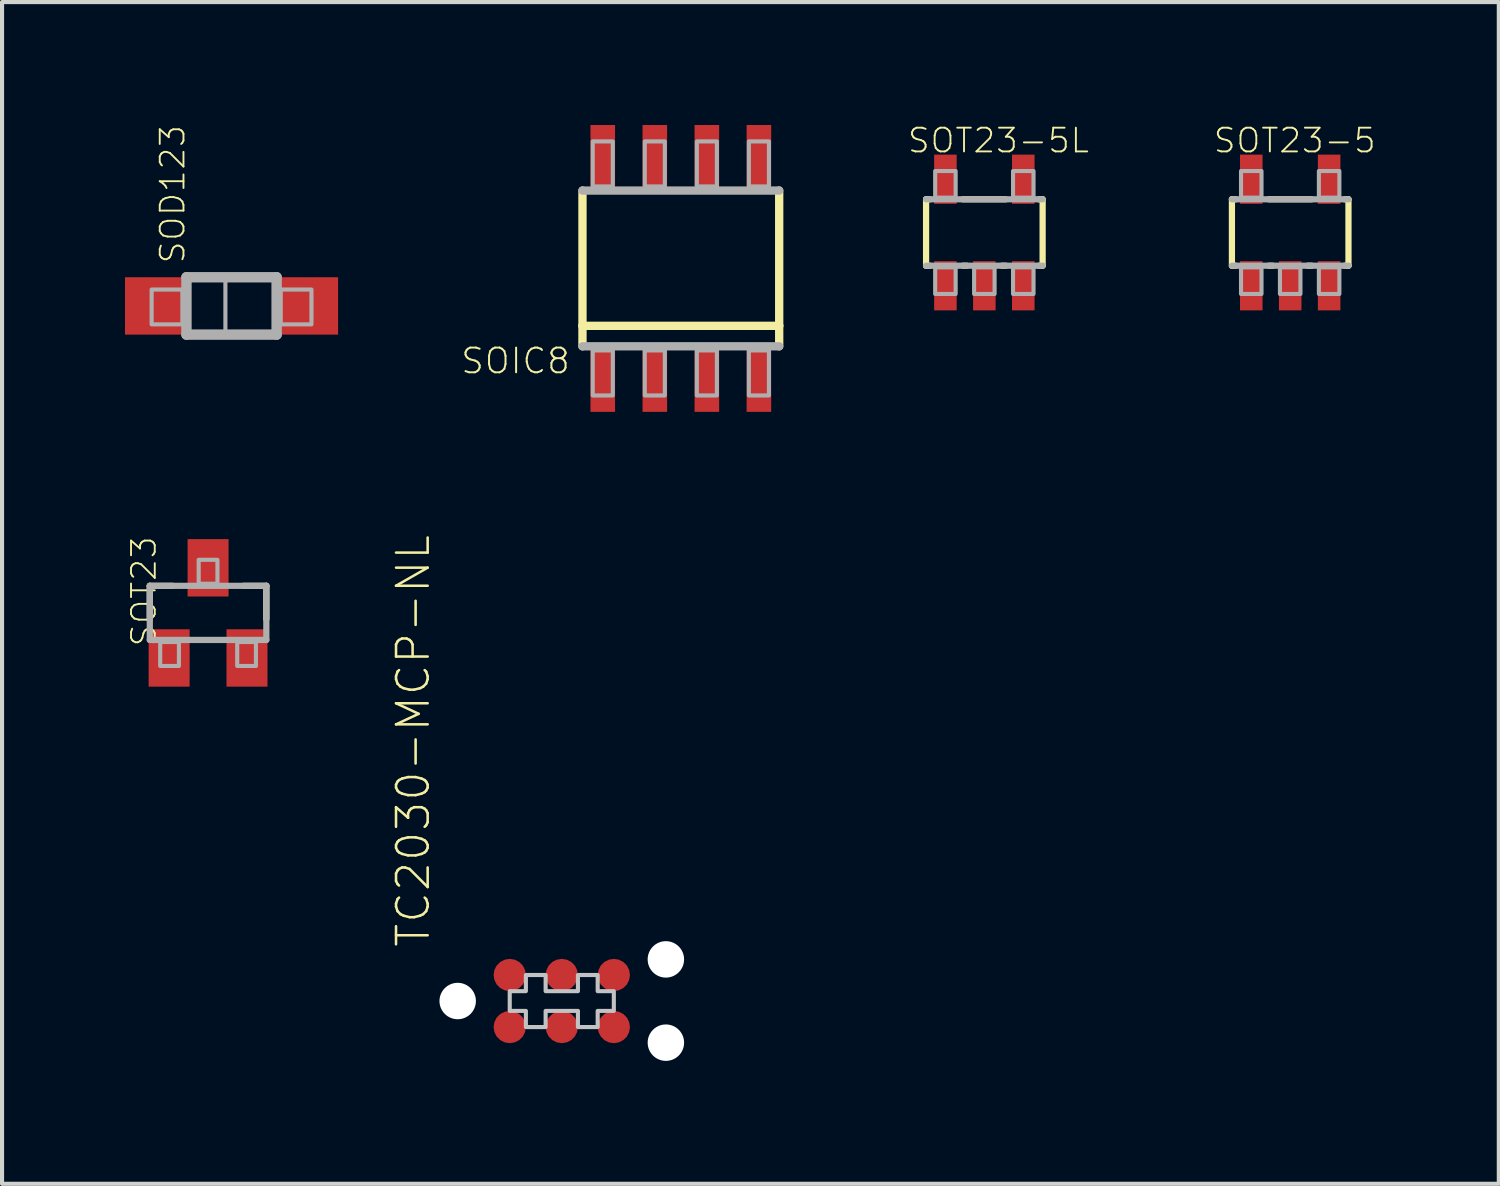
<source format=kicad_pcb>
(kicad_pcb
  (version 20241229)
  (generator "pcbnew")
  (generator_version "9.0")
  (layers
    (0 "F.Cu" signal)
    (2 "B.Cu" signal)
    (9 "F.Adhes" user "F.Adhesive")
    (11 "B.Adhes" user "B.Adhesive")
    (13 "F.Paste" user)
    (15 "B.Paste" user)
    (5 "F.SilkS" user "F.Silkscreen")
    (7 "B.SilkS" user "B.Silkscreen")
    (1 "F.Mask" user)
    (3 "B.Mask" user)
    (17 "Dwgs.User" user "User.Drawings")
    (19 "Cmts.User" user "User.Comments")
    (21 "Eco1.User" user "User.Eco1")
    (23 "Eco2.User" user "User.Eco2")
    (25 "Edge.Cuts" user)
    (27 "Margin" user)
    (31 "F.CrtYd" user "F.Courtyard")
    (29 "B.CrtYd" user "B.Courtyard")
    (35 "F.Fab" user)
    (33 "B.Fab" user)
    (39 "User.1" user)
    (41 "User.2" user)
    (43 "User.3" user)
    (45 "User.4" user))
  (footprint "SOD123"
    (layer "F.Cu")
    (at 2.6 4.415)
    (property "Reference" "SOD123" (at -1.1 -1 90) (layer "F.SilkS") (effects (font (size 0.579 0.579) (thickness 0.046)) (justify left bottom)))
    (attr through_hole)
    (fp_line (start -1.1 -0.7) (end 1.1 -0.7) (stroke (width 0.254) (type solid)) (layer "F.Fab"))
    (fp_line (start -1.1 0.7) (end -1.1 -0.7) (stroke (width 0.254) (type solid)) (layer "F.Fab"))
    (fp_line (start 1.1 -0.7) (end 1.1 0.7) (stroke (width 0.254) (type solid)) (layer "F.Fab"))
    (fp_line (start 1.1 0.7) (end -1.1 0.7) (stroke (width 0.254) (type solid)) (layer "F.Fab"))
    (fp_poly (pts (xy -1.95 0.45) (xy -1.2 0.45) (xy -1.2 -0.4) (xy -1.95 -0.4)) (stroke (width 0.1) (type solid)) (fill no) (layer "F.Fab"))
    (fp_poly (pts (xy -1.05 0.65) (xy -0.15 0.65) (xy -0.15 -0.7) (xy -1.05 -0.7)) (stroke (width 0.1) (type solid)) (fill no) (layer "F.Fab"))
    (fp_poly (pts (xy 1.2 0.45) (xy 1.95 0.45) (xy 1.95 -0.4) (xy 1.2 -0.4)) (stroke (width 0.1) (type solid)) (fill no) (layer "F.Fab"))
    (pad "A" smd rect (at 1.9 0) (size 1.4 1.4) (layers "F.Cu" "F.Mask" "F.Paste"))
    (pad "C" smd rect (at -1.9 0) (size 1.4 1.4) (layers "F.Cu" "F.Mask" "F.Paste")))
  (footprint "TC2030-MCP-NL"
    (layer "F.Cu")
    (at 8.118 21.376)
    (property "Reference" "TC2030-MCP-NL" (at -0.635 -1.27 90) (layer "F.SilkS") (effects (font (size 0.772 0.772) (thickness 0.062)) (justify left bottom)))
    (attr through_hole)
    (fp_poly (pts (xy 1.27 0.241) (xy 1.664 0.241) (xy 1.664 0.635) (xy 2.146 0.635) (xy 2.146 0.241) (xy 2.934 0.241) (xy 2.934 0.635) (xy 3.416 0.635) (xy 3.416 0.241) (xy 3.81 0.241) (xy 3.81 -0.241) (xy 3.416 -0.241) (xy 3.416 -0.635) (xy 2.934 -0.635) (xy 2.934 -0.241) (xy 2.146 -0.241) (xy 2.146 -0.635) (xy 1.664 -0.635) (xy 1.664 -0.241) (xy 1.27 -0.241)) (stroke (width 0.1) (type solid)) (fill no) (layer "Dwgs.User"))
    (pad "" np_thru_hole circle (at 0 0) (size 0.889 0.889) (drill 0.889) (layers "*.Cu" "*.Mask"))
    (pad "" np_thru_hole circle (at 5.08 -1.016) (size 0.889 0.889) (drill 0.889) (layers "*.Cu" "*.Mask"))
    (pad "" np_thru_hole circle (at 5.08 1.016) (size 0.889 0.889) (drill 0.889) (layers "*.Cu" "*.Mask"))
    (pad "1" smd roundrect (at 1.27 0.635) (size 0.787 0.787) (layers "F.Cu" "F.Mask") (roundrect_rratio 0.5))
    (pad "2" smd roundrect (at 1.27 -0.635) (size 0.787 0.787) (layers "F.Cu" "F.Mask") (roundrect_rratio 0.5))
    (pad "3" smd roundrect (at 2.54 0.635) (size 0.787 0.787) (layers "F.Cu" "F.Mask") (roundrect_rratio 0.5))
    (pad "4" smd roundrect (at 2.54 -0.635) (size 0.787 0.787) (layers "F.Cu" "F.Mask") (roundrect_rratio 0.5))
    (pad "5" smd roundrect (at 3.81 0.635) (size 0.787 0.787) (layers "F.Cu" "F.Mask") (roundrect_rratio 0.5))
    (pad "6" smd roundrect (at 3.81 -0.635) (size 0.787 0.787) (layers "F.Cu" "F.Mask") (roundrect_rratio 0.5)))
  (footprint "SOIC8"
    (layer "F.Cu")
    (at 13.563 3.5)
    (property "Reference" "SOIC8" (at -2.667 1.905 0) (layer "F.SilkS") (effects (font (size 0.603 0.603) (thickness 0.048)) (justify right top)))
    (attr through_hole)
    (fp_line (start -2.4 1.4) (end -2.4 -1.9) (stroke (width 0.203) (type solid)) (layer "F.SilkS"))
    (fp_line (start -2.4 1.9) (end -2.4 1.4) (stroke (width 0.203) (type solid)) (layer "F.SilkS"))
    (fp_line (start 2.4 -1.9) (end 2.4 1.4) (stroke (width 0.203) (type solid)) (layer "F.SilkS"))
    (fp_line (start 2.4 1.4) (end -2.4 1.4) (stroke (width 0.203) (type solid)) (layer "F.SilkS"))
    (fp_line (start 2.4 1.4) (end 2.4 1.9) (stroke (width 0.203) (type solid)) (layer "F.SilkS"))
    (fp_line (start -2.4 -1.9) (end 2.4 -1.9) (stroke (width 0.203) (type solid)) (layer "F.Fab"))
    (fp_line (start 2.4 1.9) (end -2.4 1.9) (stroke (width 0.203) (type solid)) (layer "F.Fab"))
    (fp_poly (pts (xy -2.15 -2) (xy -1.66 -2) (xy -1.66 -3.1) (xy -2.15 -3.1)) (stroke (width 0.1) (type solid)) (fill no) (layer "F.Fab"))
    (fp_poly (pts (xy -2.15 3.1) (xy -1.66 3.1) (xy -1.66 2) (xy -2.15 2)) (stroke (width 0.1) (type solid)) (fill no) (layer "F.Fab"))
    (fp_poly (pts (xy -0.88 -2) (xy -0.39 -2) (xy -0.39 -3.1) (xy -0.88 -3.1)) (stroke (width 0.1) (type solid)) (fill no) (layer "F.Fab"))
    (fp_poly (pts (xy -0.88 3.1) (xy -0.39 3.1) (xy -0.39 2) (xy -0.88 2)) (stroke (width 0.1) (type solid)) (fill no) (layer "F.Fab"))
    (fp_poly (pts (xy 0.39 -2) (xy 0.88 -2) (xy 0.88 -3.1) (xy 0.39 -3.1)) (stroke (width 0.1) (type solid)) (fill no) (layer "F.Fab"))
    (fp_poly (pts (xy 0.39 3.1) (xy 0.88 3.1) (xy 0.88 2) (xy 0.39 2)) (stroke (width 0.1) (type solid)) (fill no) (layer "F.Fab"))
    (fp_poly (pts (xy 1.66 -2) (xy 2.15 -2) (xy 2.15 -3.1) (xy 1.66 -3.1)) (stroke (width 0.1) (type solid)) (fill no) (layer "F.Fab"))
    (fp_poly (pts (xy 1.66 3.1) (xy 2.15 3.1) (xy 2.15 2) (xy 1.66 2)) (stroke (width 0.1) (type solid)) (fill no) (layer "F.Fab"))
    (pad "1" smd rect (at -1.905 2.75) (size 0.6 1.5) (layers "F.Cu" "F.Mask" "F.Paste"))
    (pad "2" smd rect (at -0.635 2.75) (size 0.6 1.5) (layers "F.Cu" "F.Mask" "F.Paste"))
    (pad "3" smd rect (at 0.635 2.75) (size 0.6 1.5) (layers "F.Cu" "F.Mask" "F.Paste"))
    (pad "4" smd rect (at 1.905 2.75) (size 0.6 1.5) (layers "F.Cu" "F.Mask" "F.Paste"))
    (pad "5" smd rect (at 1.905 -2.75) (size 0.6 1.5) (layers "F.Cu" "F.Mask" "F.Paste"))
    (pad "6" smd rect (at 0.635 -2.75) (size 0.6 1.5) (layers "F.Cu" "F.Mask" "F.Paste"))
    (pad "7" smd rect (at -0.635 -2.75) (size 0.6 1.5) (layers "F.Cu" "F.Mask" "F.Paste"))
    (pad "8" smd rect (at -1.905 -2.75) (size 0.6 1.5) (layers "F.Cu" "F.Mask" "F.Paste")))
  (footprint "SOT23-5"
    (layer "F.Cu")
    (at 28.432 2.623)
    (property "Reference" "SOT23-5" (at -1.905 -1.905 0) (layer "F.SilkS") (effects (font (size 0.579 0.579) (thickness 0.046)) (justify left bottom)))
    (attr through_hole)
    (fp_line (start -1.422 -0.81) (end -1.328 -0.81) (stroke (width 0.152) (type solid)) (layer "F.SilkS"))
    (fp_line (start -1.422 0.81) (end -1.422 -0.81) (stroke (width 0.152) (type solid)) (layer "F.SilkS"))
    (fp_line (start -1.328 0.81) (end -1.422 0.81) (stroke (width 0.152) (type solid)) (layer "F.SilkS"))
    (fp_line (start -0.522 -0.81) (end 0.522 -0.81) (stroke (width 0.152) (type solid)) (layer "F.SilkS"))
    (fp_line (start -0.428 0.81) (end -0.522 0.81) (stroke (width 0.152) (type solid)) (layer "F.SilkS"))
    (fp_line (start 0.522 0.81) (end 0.428 0.81) (stroke (width 0.152) (type solid)) (layer "F.SilkS"))
    (fp_line (start 1.328 -0.81) (end 1.422 -0.81) (stroke (width 0.152) (type solid)) (layer "F.SilkS"))
    (fp_line (start 1.422 -0.81) (end 1.422 0.81) (stroke (width 0.152) (type solid)) (layer "F.SilkS"))
    (fp_line (start 1.422 0.81) (end 1.328 0.81) (stroke (width 0.152) (type solid)) (layer "F.SilkS"))
    (fp_line (start -1.422 -0.81) (end 1.422 -0.81) (stroke (width 0.152) (type solid)) (layer "F.Fab"))
    (fp_line (start 1.422 0.81) (end -1.422 0.81) (stroke (width 0.152) (type solid)) (layer "F.Fab"))
    (fp_poly (pts (xy -1.2 -0.85) (xy -0.7 -0.85) (xy -0.7 -1.5) (xy -1.2 -1.5)) (stroke (width 0.1) (type solid)) (fill no) (layer "F.Fab"))
    (fp_poly (pts (xy -1.2 1.5) (xy -0.7 1.5) (xy -0.7 0.85) (xy -1.2 0.85)) (stroke (width 0.1) (type solid)) (fill no) (layer "F.Fab"))
    (fp_poly (pts (xy -0.25 1.5) (xy 0.25 1.5) (xy 0.25 0.85) (xy -0.25 0.85)) (stroke (width 0.1) (type solid)) (fill no) (layer "F.Fab"))
    (fp_poly (pts (xy 0.7 -0.85) (xy 1.2 -0.85) (xy 1.2 -1.5) (xy 0.7 -1.5)) (stroke (width 0.1) (type solid)) (fill no) (layer "F.Fab"))
    (fp_poly (pts (xy 0.7 1.5) (xy 1.2 1.5) (xy 1.2 0.85) (xy 0.7 0.85)) (stroke (width 0.1) (type solid)) (fill no) (layer "F.Fab"))
    (pad "1" smd rect (at -0.95 1.3) (size 0.55 1.2) (layers "F.Cu" "F.Mask" "F.Paste"))
    (pad "2" smd rect (at 0 1.3) (size 0.55 1.2) (layers "F.Cu" "F.Mask" "F.Paste"))
    (pad "3" smd rect (at 0.95 1.3) (size 0.55 1.2) (layers "F.Cu" "F.Mask" "F.Paste"))
    (pad "4" smd rect (at 0.95 -1.3) (size 0.55 1.2) (layers "F.Cu" "F.Mask" "F.Paste"))
    (pad "5" smd rect (at -0.95 -1.3) (size 0.55 1.2) (layers "F.Cu" "F.Mask" "F.Paste")))
  (footprint "SOT23-5L"
    (layer "F.Cu")
    (at 20.969 2.623)
    (property "Reference" "SOT23-5L" (at -1.905 -1.905 0) (layer "F.SilkS") (effects (font (size 0.579 0.579) (thickness 0.046)) (justify left bottom)))
    (attr through_hole)
    (fp_line (start -1.422 -0.81) (end -1.328 -0.81) (stroke (width 0.152) (type solid)) (layer "F.SilkS"))
    (fp_line (start -1.422 0.81) (end -1.422 -0.81) (stroke (width 0.152) (type solid)) (layer "F.SilkS"))
    (fp_line (start -1.328 0.81) (end -1.422 0.81) (stroke (width 0.152) (type solid)) (layer "F.SilkS"))
    (fp_line (start -0.522 -0.81) (end 0.522 -0.81) (stroke (width 0.152) (type solid)) (layer "F.SilkS"))
    (fp_line (start -0.428 0.81) (end -0.522 0.81) (stroke (width 0.152) (type solid)) (layer "F.SilkS"))
    (fp_line (start 0.522 0.81) (end 0.428 0.81) (stroke (width 0.152) (type solid)) (layer "F.SilkS"))
    (fp_line (start 1.328 -0.81) (end 1.422 -0.81) (stroke (width 0.152) (type solid)) (layer "F.SilkS"))
    (fp_line (start 1.422 -0.81) (end 1.422 0.81) (stroke (width 0.152) (type solid)) (layer "F.SilkS"))
    (fp_line (start 1.422 0.81) (end 1.328 0.81) (stroke (width 0.152) (type solid)) (layer "F.SilkS"))
    (fp_line (start -1.422 -0.81) (end 1.422 -0.81) (stroke (width 0.152) (type solid)) (layer "F.Fab"))
    (fp_line (start 1.422 0.81) (end -1.422 0.81) (stroke (width 0.152) (type solid)) (layer "F.Fab"))
    (fp_poly (pts (xy -1.2 -0.85) (xy -0.7 -0.85) (xy -0.7 -1.5) (xy -1.2 -1.5)) (stroke (width 0.1) (type solid)) (fill no) (layer "F.Fab"))
    (fp_poly (pts (xy -1.2 1.5) (xy -0.7 1.5) (xy -0.7 0.85) (xy -1.2 0.85)) (stroke (width 0.1) (type solid)) (fill no) (layer "F.Fab"))
    (fp_poly (pts (xy -0.25 1.5) (xy 0.25 1.5) (xy 0.25 0.85) (xy -0.25 0.85)) (stroke (width 0.1) (type solid)) (fill no) (layer "F.Fab"))
    (fp_poly (pts (xy 0.7 -0.85) (xy 1.2 -0.85) (xy 1.2 -1.5) (xy 0.7 -1.5)) (stroke (width 0.1) (type solid)) (fill no) (layer "F.Fab"))
    (fp_poly (pts (xy 0.7 1.5) (xy 1.2 1.5) (xy 1.2 0.85) (xy 0.7 0.85)) (stroke (width 0.1) (type solid)) (fill no) (layer "F.Fab"))
    (pad "1" smd rect (at -0.95 1.3) (size 0.55 1.2) (layers "F.Cu" "F.Mask" "F.Paste"))
    (pad "2" smd rect (at 0 1.3) (size 0.55 1.2) (layers "F.Cu" "F.Mask" "F.Paste"))
    (pad "3" smd rect (at 0.95 1.3) (size 0.55 1.2) (layers "F.Cu" "F.Mask" "F.Paste"))
    (pad "4" smd rect (at 0.95 -1.3) (size 0.55 1.2) (layers "F.Cu" "F.Mask" "F.Paste"))
    (pad "5" smd rect (at -0.95 -1.3) (size 0.55 1.2) (layers "F.Cu" "F.Mask" "F.Paste")))
  (footprint "SOT23"
    (layer "F.Cu")
    (at 2.027 11.905)
    (property "Reference" "SOT23" (at -1.905 -1.905 90) (layer "F.SilkS") (effects (font (size 0.579 0.579) (thickness 0.046)) (justify right top)))
    (attr through_hole)
    (fp_line (start -1.422 -0.66) (end -0.864 -0.66) (stroke (width 0.152) (type solid)) (layer "F.SilkS"))
    (fp_line (start -1.422 0.152) (end -1.422 -0.66) (stroke (width 0.152) (type solid)) (layer "F.SilkS"))
    (fp_line (start 0.864 -0.66) (end 1.422 -0.66) (stroke (width 0.152) (type solid)) (layer "F.SilkS"))
    (fp_line (start 1.422 -0.66) (end 1.422 0.152) (stroke (width 0.152) (type solid)) (layer "F.SilkS"))
    (fp_line (start -1.422 -0.66) (end 1.422 -0.66) (stroke (width 0.152) (type solid)) (layer "F.Fab"))
    (fp_line (start -1.422 0.66) (end -1.422 -0.66) (stroke (width 0.152) (type solid)) (layer "F.Fab"))
    (fp_line (start 1.422 -0.66) (end 1.422 0.66) (stroke (width 0.152) (type solid)) (layer "F.Fab"))
    (fp_line (start 1.422 0.66) (end -1.422 0.66) (stroke (width 0.152) (type solid)) (layer "F.Fab"))
    (fp_poly (pts (xy -1.168 1.295) (xy -0.711 1.295) (xy -0.711 0.711) (xy -1.168 0.711)) (stroke (width 0.1) (type solid)) (fill no) (layer "F.Fab"))
    (fp_poly (pts (xy -0.229 -0.711) (xy 0.229 -0.711) (xy 0.229 -1.295) (xy -0.229 -1.295)) (stroke (width 0.1) (type solid)) (fill no) (layer "F.Fab"))
    (fp_poly (pts (xy 0.711 1.295) (xy 1.168 1.295) (xy 1.168 0.711) (xy 0.711 0.711)) (stroke (width 0.1) (type solid)) (fill no) (layer "F.Fab"))
    (pad "1" smd rect (at -0.95 1.1) (size 1 1.4) (layers "F.Cu" "F.Mask" "F.Paste"))
    (pad "2" smd rect (at 0.95 1.1) (size 1 1.4) (layers "F.Cu" "F.Mask" "F.Paste"))
    (pad "3" smd rect (at 0 -1.1) (size 1 1.4) (layers "F.Cu" "F.Mask" "F.Paste")))
  (gr_rect
    (start -3 -3)
    (end 33.522 25.836)
    (stroke (width 0.1) (type default))
    (fill no)
    (layer "Edge.Cuts")))
</source>
